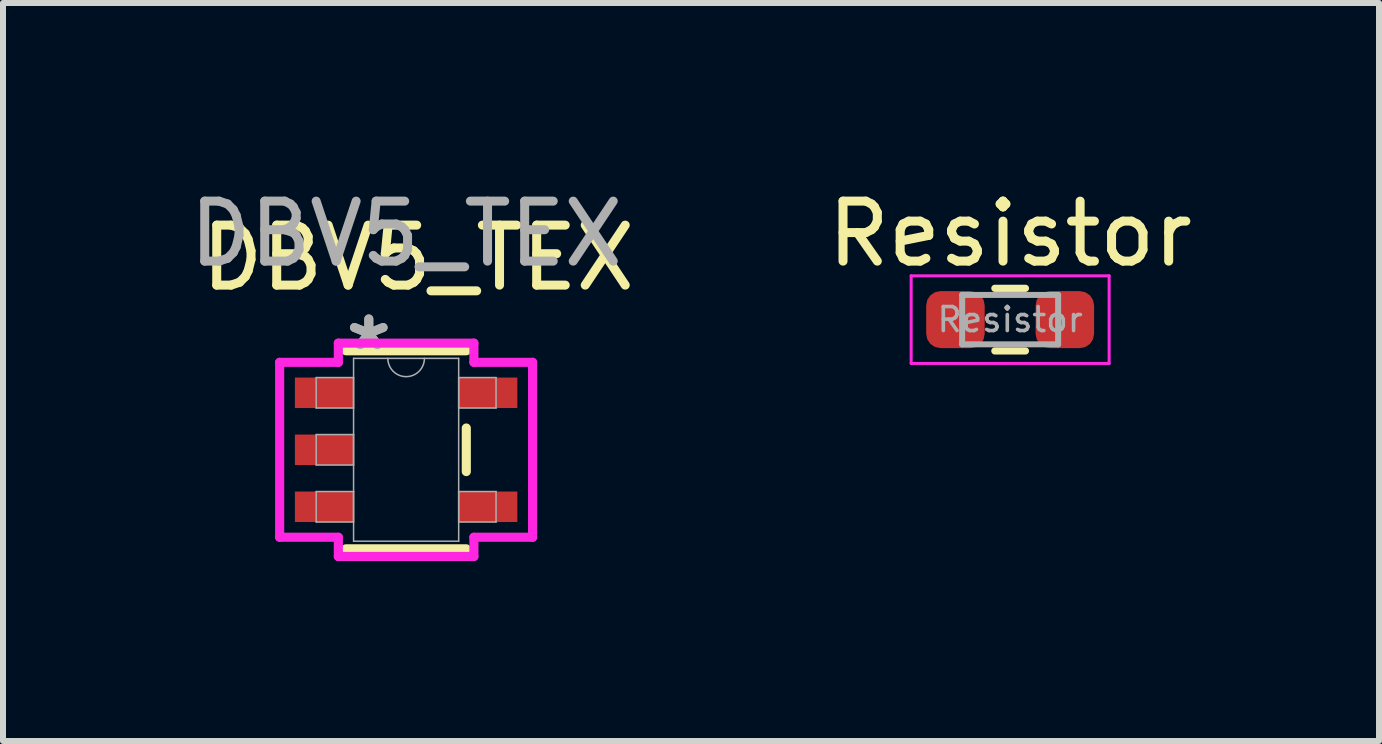
<source format=kicad_pcb>
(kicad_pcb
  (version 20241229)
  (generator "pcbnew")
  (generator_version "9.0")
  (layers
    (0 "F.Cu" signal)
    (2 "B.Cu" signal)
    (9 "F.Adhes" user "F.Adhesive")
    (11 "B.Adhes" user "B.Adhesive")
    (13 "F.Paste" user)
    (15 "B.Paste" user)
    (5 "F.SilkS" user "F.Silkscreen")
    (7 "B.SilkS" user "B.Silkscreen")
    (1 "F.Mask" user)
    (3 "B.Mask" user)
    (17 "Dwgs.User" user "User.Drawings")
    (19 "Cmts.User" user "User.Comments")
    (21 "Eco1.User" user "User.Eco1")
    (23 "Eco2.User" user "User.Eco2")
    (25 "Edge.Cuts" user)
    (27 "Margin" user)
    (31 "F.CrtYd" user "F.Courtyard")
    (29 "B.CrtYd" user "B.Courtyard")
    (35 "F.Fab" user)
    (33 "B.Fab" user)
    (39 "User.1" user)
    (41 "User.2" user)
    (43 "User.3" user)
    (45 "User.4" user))
  (footprint "DBV5_TEX"
    (layer "F.Cu")
    (at 3.72 4.448)
    (property "Reference" "DBV5_TEX" (at 0.2 -3.2 0) (unlocked yes) (layer "F.SilkS") (effects (font (size 1 1) (thickness 0.15))))
    (attr smd)
    (fp_line (start -1.003 1.651) (end 1.003 1.651) (stroke (width 0.152) (type solid)) (layer "F.SilkS"))
    (fp_line (start 1.003 -1.651) (end -1.003 -1.651) (stroke (width 0.152) (type solid)) (layer "F.SilkS"))
    (fp_line (start 1.003 0.363) (end 1.003 -0.363) (stroke (width 0.152) (type solid)) (layer "F.SilkS"))
    (fp_line (start -2.108 -1.458) (end -1.13 -1.458) (stroke (width 0.152) (type solid)) (layer "F.CrtYd"))
    (fp_line (start -2.108 1.458) (end -2.108 -1.458) (stroke (width 0.152) (type solid)) (layer "F.CrtYd"))
    (fp_line (start -1.13 -1.778) (end 1.13 -1.778) (stroke (width 0.152) (type solid)) (layer "F.CrtYd"))
    (fp_line (start -1.13 -1.458) (end -1.13 -1.778) (stroke (width 0.152) (type solid)) (layer "F.CrtYd"))
    (fp_line (start -1.13 1.458) (end -2.108 1.458) (stroke (width 0.152) (type solid)) (layer "F.CrtYd"))
    (fp_line (start -1.13 1.778) (end -1.13 1.458) (stroke (width 0.152) (type solid)) (layer "F.CrtYd"))
    (fp_line (start 1.13 -1.778) (end 1.13 -1.458) (stroke (width 0.152) (type solid)) (layer "F.CrtYd"))
    (fp_line (start 1.13 -1.458) (end 2.108 -1.458) (stroke (width 0.152) (type solid)) (layer "F.CrtYd"))
    (fp_line (start 1.13 1.458) (end 1.13 1.778) (stroke (width 0.152) (type solid)) (layer "F.CrtYd"))
    (fp_line (start 1.13 1.778) (end -1.13 1.778) (stroke (width 0.152) (type solid)) (layer "F.CrtYd"))
    (fp_line (start 2.108 -1.458) (end 2.108 1.458) (stroke (width 0.152) (type solid)) (layer "F.CrtYd"))
    (fp_line (start 2.108 1.458) (end 1.13 1.458) (stroke (width 0.152) (type solid)) (layer "F.CrtYd"))
    (fp_line (start -1.499 -1.204) (end -1.499 -0.696) (stroke (width 0.025) (type solid)) (layer "F.Fab"))
    (fp_line (start -1.499 -0.696) (end -0.876 -0.696) (stroke (width 0.025) (type solid)) (layer "F.Fab"))
    (fp_line (start -1.499 -0.254) (end -1.499 0.254) (stroke (width 0.025) (type solid)) (layer "F.Fab"))
    (fp_line (start -1.499 0.254) (end -0.876 0.254) (stroke (width 0.025) (type solid)) (layer "F.Fab"))
    (fp_line (start -1.499 0.696) (end -1.499 1.204) (stroke (width 0.025) (type solid)) (layer "F.Fab"))
    (fp_line (start -1.499 1.204) (end -0.876 1.204) (stroke (width 0.025) (type solid)) (layer "F.Fab"))
    (fp_line (start -0.876 -1.524) (end -0.876 1.524) (stroke (width 0.025) (type solid)) (layer "F.Fab"))
    (fp_line (start -0.876 -1.204) (end -1.499 -1.204) (stroke (width 0.025) (type solid)) (layer "F.Fab"))
    (fp_line (start -0.876 -0.696) (end -0.876 -1.204) (stroke (width 0.025) (type solid)) (layer "F.Fab"))
    (fp_line (start -0.876 -0.254) (end -1.499 -0.254) (stroke (width 0.025) (type solid)) (layer "F.Fab"))
    (fp_line (start -0.876 0.254) (end -0.876 -0.254) (stroke (width 0.025) (type solid)) (layer "F.Fab"))
    (fp_line (start -0.876 0.696) (end -1.499 0.696) (stroke (width 0.025) (type solid)) (layer "F.Fab"))
    (fp_line (start -0.876 1.204) (end -0.876 0.696) (stroke (width 0.025) (type solid)) (layer "F.Fab"))
    (fp_line (start -0.876 1.524) (end 0.876 1.524) (stroke (width 0.025) (type solid)) (layer "F.Fab"))
    (fp_line (start 0.876 -1.524) (end -0.876 -1.524) (stroke (width 0.025) (type solid)) (layer "F.Fab"))
    (fp_line (start 0.876 -1.204) (end 0.876 -0.696) (stroke (width 0.025) (type solid)) (layer "F.Fab"))
    (fp_line (start 0.876 -0.696) (end 1.499 -0.696) (stroke (width 0.025) (type solid)) (layer "F.Fab"))
    (fp_line (start 0.876 0.696) (end 0.876 1.204) (stroke (width 0.025) (type solid)) (layer "F.Fab"))
    (fp_line (start 0.876 1.204) (end 1.499 1.204) (stroke (width 0.025) (type solid)) (layer "F.Fab"))
    (fp_line (start 0.876 1.524) (end 0.876 -1.524) (stroke (width 0.025) (type solid)) (layer "F.Fab"))
    (fp_line (start 1.499 -1.204) (end 0.876 -1.204) (stroke (width 0.025) (type solid)) (layer "F.Fab"))
    (fp_line (start 1.499 -0.696) (end 1.499 -1.204) (stroke (width 0.025) (type solid)) (layer "F.Fab"))
    (fp_line (start 1.499 0.696) (end 0.876 0.696) (stroke (width 0.025) (type solid)) (layer "F.Fab"))
    (fp_line (start 1.499 1.204) (end 1.499 0.696) (stroke (width 0.025) (type solid)) (layer "F.Fab"))
    (fp_arc (start 0.3048 -1.524) (mid 0 -1.2192) (end -0.3048 -1.524) (stroke (width 0.0254) (type solid)) (layer "F.Fab"))
    (fp_text user "${REFERENCE}" (at 0 -3.6 0) (unlocked yes) (layer "F.Fab") (effects (font (size 1 1) (thickness 0.15))))
    (fp_text user "*" (at -0.622 -1.636 0) (layer "F.Fab") (effects (font (size 1 1) (thickness 0.15))))
    (fp_text user "*" (at -0.622 -1.636 0) (unlocked yes) (layer "F.Fab") (effects (font (size 1 1) (thickness 0.15))))
    (pad "1" smd rect (at -1.365 -0.95) (size 0.978 0.508) (layers "F.Cu" "F.Mask" "F.Paste"))
    (pad "2" smd rect (at -1.365 0) (size 0.978 0.508) (layers "F.Cu" "F.Mask" "F.Paste"))
    (pad "3" smd rect (at -1.365 0.95) (size 0.978 0.508) (layers "F.Cu" "F.Mask" "F.Paste"))
    (pad "4" smd rect (at 1.365 0.95) (size 0.978 0.508) (layers "F.Cu" "F.Mask" "F.Paste"))
    (pad "5" smd rect (at 1.365 -0.95) (size 0.978 0.508) (layers "F.Cu" "F.Mask" "F.Paste")))
  (footprint "Resistor"
    (layer "F.Cu")
    (at 13.789 2.278)
    (property "Reference" "Resistor" (at 0 -1.43 0) (layer "F.SilkS") (effects (font (size 1 1) (thickness 0.15))))
    (attr smd)
    (fp_line (start -0.255 -0.522) (end 0.255 -0.522) (stroke (width 0.12) (type solid)) (layer "F.SilkS"))
    (fp_line (start -0.255 0.522) (end 0.255 0.522) (stroke (width 0.12) (type solid)) (layer "F.SilkS"))
    (fp_line (start -1.65 -0.73) (end 1.65 -0.73) (stroke (width 0.05) (type solid)) (layer "F.CrtYd"))
    (fp_line (start -1.65 0.73) (end -1.65 -0.73) (stroke (width 0.05) (type solid)) (layer "F.CrtYd"))
    (fp_line (start 1.65 -0.73) (end 1.65 0.73) (stroke (width 0.05) (type solid)) (layer "F.CrtYd"))
    (fp_line (start 1.65 0.73) (end -1.65 0.73) (stroke (width 0.05) (type solid)) (layer "F.CrtYd"))
    (fp_line (start -0.8 -0.412) (end 0.8 -0.412) (stroke (width 0.1) (type solid)) (layer "F.Fab"))
    (fp_line (start -0.8 0.412) (end -0.8 -0.412) (stroke (width 0.1) (type solid)) (layer "F.Fab"))
    (fp_line (start 0.8 -0.412) (end 0.8 0.412) (stroke (width 0.1) (type solid)) (layer "F.Fab"))
    (fp_line (start 0.8 0.412) (end -0.8 0.412) (stroke (width 0.1) (type solid)) (layer "F.Fab"))
    (fp_text user "${REFERENCE}" (at 0 0 0) (layer "F.Fab") (effects (font (size 0.4 0.4) (thickness 0.06))))
    (pad "1" smd roundrect (at -0.912 0) (size 0.975 0.95) (layers "F.Cu" "F.Mask" "F.Paste") (roundrect_rratio 0.25))
    (pad "2" smd roundrect (at 0.912 0) (size 0.975 0.95) (layers "F.Cu" "F.Mask" "F.Paste") (roundrect_rratio 0.25)))
  (gr_rect
    (start -3 -3)
    (end 19.938 9.302)
    (stroke (width 0.1) (type default))
    (fill no)
    (layer "Edge.Cuts")))
</source>
